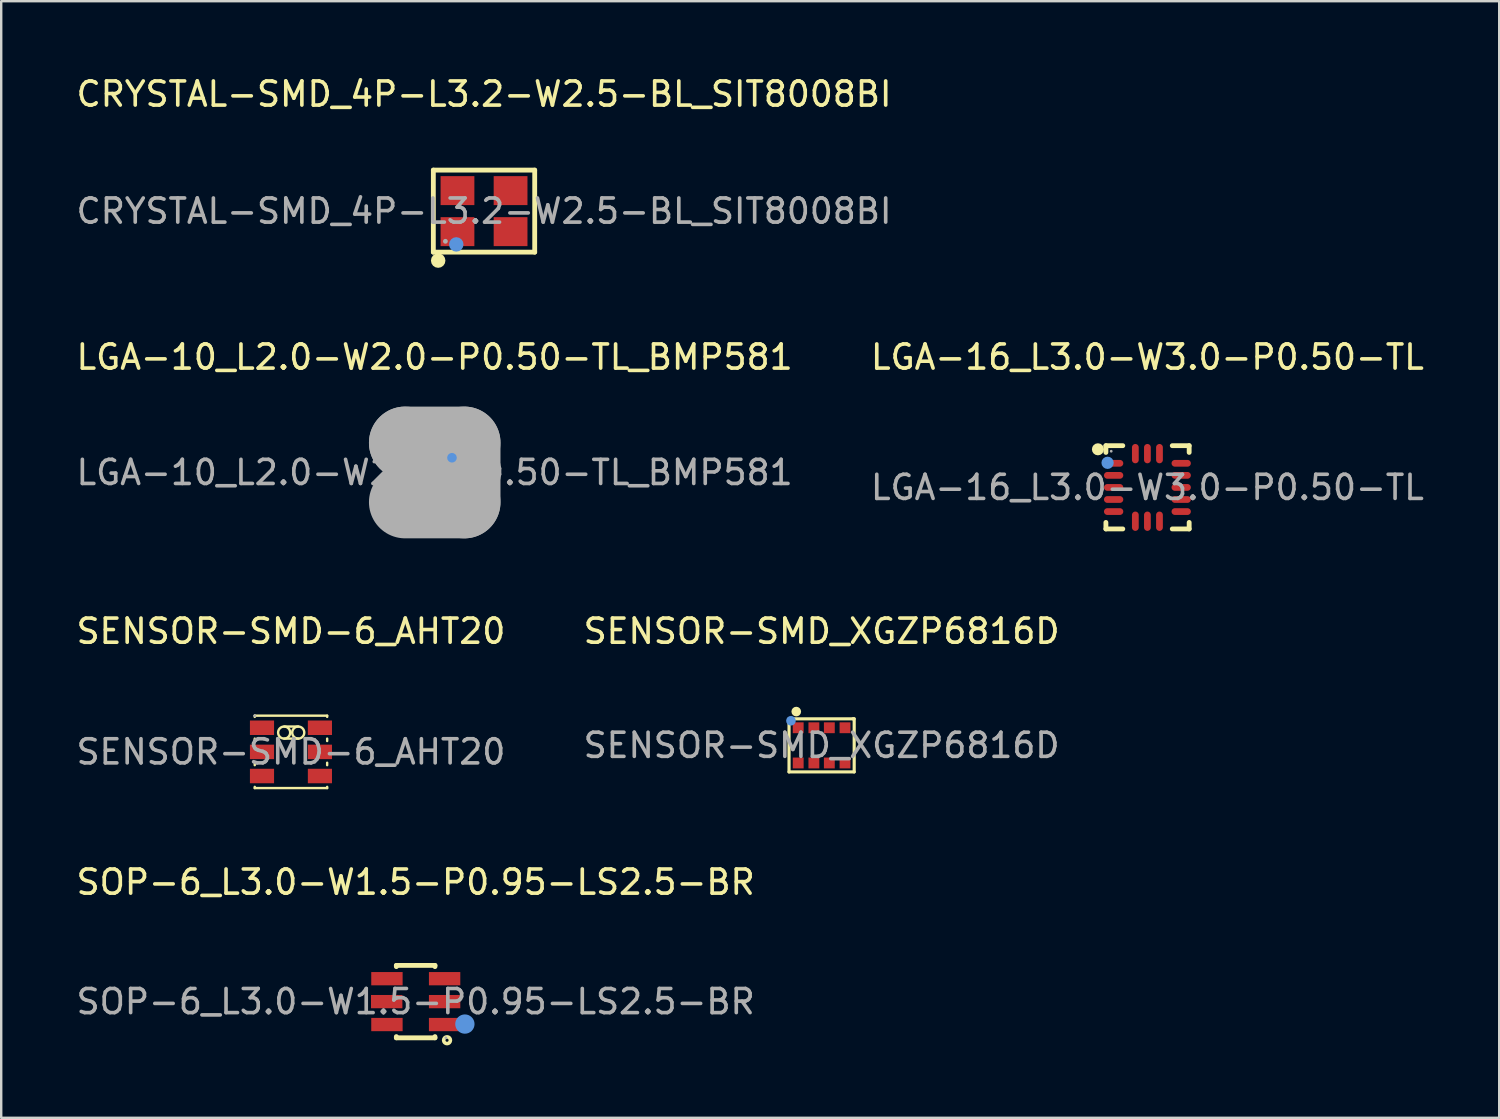
<source format=kicad_pcb>
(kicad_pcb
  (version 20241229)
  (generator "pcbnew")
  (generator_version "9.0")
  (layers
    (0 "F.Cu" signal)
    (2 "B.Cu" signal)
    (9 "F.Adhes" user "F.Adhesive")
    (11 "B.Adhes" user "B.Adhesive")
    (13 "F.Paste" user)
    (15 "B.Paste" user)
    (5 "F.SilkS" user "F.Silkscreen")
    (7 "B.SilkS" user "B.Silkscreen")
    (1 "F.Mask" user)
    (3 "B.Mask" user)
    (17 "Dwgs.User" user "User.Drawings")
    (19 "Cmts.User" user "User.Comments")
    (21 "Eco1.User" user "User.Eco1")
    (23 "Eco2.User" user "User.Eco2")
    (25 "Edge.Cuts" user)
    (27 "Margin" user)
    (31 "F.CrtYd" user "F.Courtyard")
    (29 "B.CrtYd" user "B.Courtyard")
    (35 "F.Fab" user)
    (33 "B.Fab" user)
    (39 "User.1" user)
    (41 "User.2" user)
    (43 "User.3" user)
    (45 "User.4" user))
  (footprint "CRYSTAL-SMD_4P-L3.2-W2.5-BL_SIT8008BI"
    (layer "F.Cu")
    (at 17.006 5.698)
    (property "Reference" "CRYSTAL-SMD_4P-L3.2-W2.5-BL_SIT8008BI" (at 0 -4.85 0) (layer "F.SilkS") (effects (font (size 1 1) (thickness 0.15))))
    (attr smd)
    (fp_line (start -2.1 -1.7) (end -2.1 1.7) (stroke (width 0.2) (type solid)) (layer "F.SilkS"))
    (fp_line (start -2.1 1.7) (end 2.1 1.7) (stroke (width 0.2) (type solid)) (layer "F.SilkS"))
    (fp_line (start 2.1 -1.7) (end -2.1 -1.7) (stroke (width 0.2) (type solid)) (layer "F.SilkS"))
    (fp_line (start 2.1 1.7) (end 2.1 -1.7) (stroke (width 0.2) (type solid)) (layer "F.SilkS"))
    (fp_arc (start -1.9 2.05) (mid -1.9 2.05) (end -1.9 2.05) (stroke (width 0.3) (type solid)) (layer "F.SilkS"))
    (fp_circle (center -1.15 1.38) (end -1 1.38) (stroke (width 0.3) (type solid)) (fill no) (layer "Cmts.User"))
    (fp_circle (center -1.6 1.25) (end -1.55 1.25) (stroke (width 0.1) (type solid)) (fill no) (layer "F.Fab"))
    (fp_text user "${REFERENCE}" (at 0 0 0) (layer "F.Fab") (effects (font (size 1 1) (thickness 0.15))))
    (pad "1" smd rect (at -1.1 0.85) (size 1.4 1.2) (layers "F.Cu" "F.Mask" "F.Paste"))
    (pad "2" smd rect (at 1.1 0.85) (size 1.4 1.2) (layers "F.Cu" "F.Mask" "F.Paste"))
    (pad "3" smd rect (at 1.1 -0.85) (size 1.4 1.2) (layers "F.Cu" "F.Mask" "F.Paste"))
    (pad "4" smd rect (at -1.1 -0.85) (size 1.4 1.2) (layers "F.Cu" "F.Mask" "F.Paste")))
  (footprint "LGA-16_L3.0-W3.0-P0.50-TL"
    (layer "F.Cu")
    (at 44.494 17.147)
    (property "Reference" "LGA-16_L3.0-W3.0-P0.50-TL" (at 0 -5.4 0) (layer "F.SilkS") (effects (font (size 1 1) (thickness 0.15))))
    (attr smd)
    (fp_line (start -1.72 -1.73) (end -1.02 -1.73) (stroke (width 0.2) (type solid)) (layer "F.SilkS"))
    (fp_line (start -1.72 -1.45) (end -1.72 -1.73) (stroke (width 0.2) (type solid)) (layer "F.SilkS"))
    (fp_line (start -1.72 1.45) (end -1.72 1.72) (stroke (width 0.2) (type solid)) (layer "F.SilkS"))
    (fp_line (start -1.72 1.72) (end -1.02 1.72) (stroke (width 0.2) (type solid)) (layer "F.SilkS"))
    (fp_line (start 1.03 -1.73) (end 1.73 -1.73) (stroke (width 0.2) (type solid)) (layer "F.SilkS"))
    (fp_line (start 1.03 1.72) (end 1.73 1.72) (stroke (width 0.2) (type solid)) (layer "F.SilkS"))
    (fp_line (start 1.73 -1.73) (end 1.73 -1.45) (stroke (width 0.2) (type solid)) (layer "F.SilkS"))
    (fp_line (start 1.73 1.72) (end 1.73 1.45) (stroke (width 0.2) (type solid)) (layer "F.SilkS"))
    (fp_arc (start -2.05 -1.58) (mid -2.05 -1.58) (end -2.05 -1.58) (stroke (width 0.25) (type solid)) (layer "F.SilkS"))
    (fp_circle (center -1.65 -1.02) (end -1.52 -1.02) (stroke (width 0.25) (type solid)) (fill no) (layer "Cmts.User"))
    (fp_circle (center -1.5 -1.5) (end -1.47 -1.5) (stroke (width 0.06) (type solid)) (fill no) (layer "F.Fab"))
    (fp_text user "${REFERENCE}" (at 0 0 0) (layer "F.Fab") (effects (font (size 1 1) (thickness 0.15))))
    (pad "1" smd oval (at -1.4 -1) (size 0.8 0.28) (layers "F.Cu" "F.Mask" "F.Paste"))
    (pad "2" smd oval (at -1.4 -0.5) (size 0.8 0.28) (layers "F.Cu" "F.Mask" "F.Paste"))
    (pad "3" smd oval (at -1.4 0) (size 0.8 0.28) (layers "F.Cu" "F.Mask" "F.Paste"))
    (pad "4" smd oval (at -1.4 0.5) (size 0.8 0.28) (layers "F.Cu" "F.Mask" "F.Paste"))
    (pad "5" smd oval (at -1.4 1) (size 0.8 0.28) (layers "F.Cu" "F.Mask" "F.Paste"))
    (pad "6" smd oval (at -0.5 1.4) (size 0.28 0.8) (layers "F.Cu" "F.Mask" "F.Paste"))
    (pad "7" smd oval (at 0 1.4) (size 0.28 0.8) (layers "F.Cu" "F.Mask" "F.Paste"))
    (pad "8" smd oval (at 0.5 1.4) (size 0.28 0.8) (layers "F.Cu" "F.Mask" "F.Paste"))
    (pad "9" smd oval (at 1.4 1) (size 0.8 0.28) (layers "F.Cu" "F.Mask" "F.Paste"))
    (pad "10" smd oval (at 1.4 0.5) (size 0.8 0.28) (layers "F.Cu" "F.Mask" "F.Paste"))
    (pad "11" smd oval (at 1.4 0) (size 0.8 0.28) (layers "F.Cu" "F.Mask" "F.Paste"))
    (pad "12" smd oval (at 1.4 -0.5) (size 0.8 0.28) (layers "F.Cu" "F.Mask" "F.Paste"))
    (pad "13" smd oval (at 1.4 -1) (size 0.8 0.28) (layers "F.Cu" "F.Mask" "F.Paste"))
    (pad "14" smd oval (at 0.5 -1.4) (size 0.28 0.8) (layers "F.Cu" "F.Mask" "F.Paste"))
    (pad "15" smd oval (at 0 -1.4) (size 0.28 0.8) (layers "F.Cu" "F.Mask" "F.Paste"))
    (pad "16" smd oval (at -0.5 -1.4) (size 0.28 0.8) (layers "F.Cu" "F.Mask" "F.Paste")))
  (footprint "SOP-6_L3.0-W1.5-P0.95-LS2.5-BR"
    (layer "F.Cu")
    (at 14.173 38.453)
    (property "Reference" "SOP-6_L3.0-W1.5-P0.95-LS2.5-BR" (at 0 -4.95 0) (layer "F.SilkS") (effects (font (size 1 1) (thickness 0.15))))
    (attr smd)
    (fp_line (start -0.8 -1.5) (end 0.8 -1.5) (stroke (width 0.2) (type solid)) (layer "F.SilkS"))
    (fp_line (start -0.8 -1.45) (end -0.8 -1.5) (stroke (width 0.2) (type solid)) (layer "F.SilkS"))
    (fp_line (start -0.8 1.5) (end -0.8 1.45) (stroke (width 0.2) (type solid)) (layer "F.SilkS"))
    (fp_line (start 0.8 -1.5) (end 0.8 -1.45) (stroke (width 0.2) (type solid)) (layer "F.SilkS"))
    (fp_line (start 0.8 1.45) (end 0.8 1.5) (stroke (width 0.2) (type solid)) (layer "F.SilkS"))
    (fp_line (start 0.8 1.5) (end -0.8 1.5) (stroke (width 0.2) (type solid)) (layer "F.SilkS"))
    (fp_circle (center 1.3 1.6) (end 1.44 1.6) (stroke (width 0.15) (type solid)) (fill no) (layer "F.SilkS"))
    (fp_circle (center 2.04 0.93) (end 2.24 0.93) (stroke (width 0.4) (type solid)) (fill no) (layer "Cmts.User"))
    (fp_circle (center 1.25 1.5) (end 1.28 1.5) (stroke (width 0.06) (type solid)) (fill no) (layer "F.Fab"))
    (fp_text user "${REFERENCE}" (at 0 0 0) (layer "F.Fab") (effects (font (size 1 1) (thickness 0.15))))
    (pad "1" smd rect (at 1.2 0.95 180) (size 1.3 0.55) (layers "F.Cu" "F.Mask" "F.Paste"))
    (pad "2" smd rect (at 1.2 0 180) (size 1.3 0.55) (layers "F.Cu" "F.Mask" "F.Paste"))
    (pad "3" smd rect (at 1.2 -0.95 180) (size 1.3 0.55) (layers "F.Cu" "F.Mask" "F.Paste"))
    (pad "4" smd rect (at -1.19 -0.95 180) (size 1.3 0.55) (layers "F.Cu" "F.Mask" "F.Paste"))
    (pad "5" smd rect (at -1.2 0 180) (size 1.3 0.55) (layers "F.Cu" "F.Mask" "F.Paste"))
    (pad "6" smd rect (at -1.19 0.95 180) (size 1.3 0.55) (layers "F.Cu" "F.Mask" "F.Paste")))
  (footprint "SENSOR-SMD-6_AHT20"
    (layer "F.Cu")
    (at 9.006 28.105)
    (property "Reference" "SENSOR-SMD-6_AHT20" (at 0 -5 0) (layer "F.SilkS") (effects (font (size 1 1) (thickness 0.15))))
    (attr smd)
    (fp_line (start -1.5 -1.5) (end 1.5 -1.5) (stroke (width 0.1) (type solid)) (layer "F.SilkS"))
    (fp_line (start -1.5 -1.45) (end -1.5 -1.5) (stroke (width 0.1) (type solid)) (layer "F.SilkS"))
    (fp_line (start -1.5 -0.45) (end -1.5 -0.55) (stroke (width 0.1) (type solid)) (layer "F.SilkS"))
    (fp_line (start -1.5 0.55) (end -1.5 0.45) (stroke (width 0.1) (type solid)) (layer "F.SilkS"))
    (fp_line (start -1.5 1.5) (end -1.5 1.45) (stroke (width 0.1) (type solid)) (layer "F.SilkS"))
    (fp_line (start -0.28 -1.05) (end 0.3 -1.05) (stroke (width 0.1) (type solid)) (layer "F.SilkS"))
    (fp_line (start -0.28 -0.55) (end 0.3 -0.55) (stroke (width 0.1) (type solid)) (layer "F.SilkS"))
    (fp_line (start 1.5 -1.5) (end 1.5 -1.45) (stroke (width 0.1) (type solid)) (layer "F.SilkS"))
    (fp_line (start 1.5 -0.55) (end 1.5 -0.45) (stroke (width 0.1) (type solid)) (layer "F.SilkS"))
    (fp_line (start 1.5 0.45) (end 1.5 0.55) (stroke (width 0.1) (type solid)) (layer "F.SilkS"))
    (fp_line (start 1.5 1.45) (end 1.5 1.5) (stroke (width 0.1) (type solid)) (layer "F.SilkS"))
    (fp_line (start 1.5 1.5) (end -1.5 1.5) (stroke (width 0.1) (type solid)) (layer "F.SilkS"))
    (fp_arc (start -0.284363 -0.550038) (mid -0.277818 -1.049991) (end -0.28 -0.55) (stroke (width 0.1) (type solid)) (layer "F.SilkS"))
    (fp_arc (start 0.304363 -1.049962) (mid 0.297818 -0.550009) (end 0.3 -1.05) (stroke (width 0.1) (type solid)) (layer "F.SilkS"))
    (fp_circle (center -1.5 -1.5) (end -1.47 -1.5) (stroke (width 0.06) (type solid)) (fill no) (layer "F.Fab"))
    (fp_text user "${REFERENCE}" (at 0 0 0) (layer "F.Fab") (effects (font (size 1 1) (thickness 0.15))))
    (pad "1" smd rect (at -1.2 -1) (size 1 0.6) (layers "F.Cu" "F.Mask" "F.Paste"))
    (pad "2" smd rect (at -1.2 0) (size 1 0.6) (layers "F.Cu" "F.Mask" "F.Paste"))
    (pad "3" smd rect (at -1.2 1) (size 1 0.6) (layers "F.Cu" "F.Mask" "F.Paste"))
    (pad "4" smd rect (at 1.2 1) (size 1 0.6) (layers "F.Cu" "F.Mask" "F.Paste"))
    (pad "5" smd rect (at 1.2 0) (size 1 0.6) (layers "F.Cu" "F.Mask" "F.Paste"))
    (pad "6" smd rect (at 1.2 -1) (size 1 0.6) (layers "F.Cu" "F.Mask" "F.Paste")))
  (footprint "SENSOR-SMD_XGZP6816D"
    (layer "F.Cu")
    (at 30.994 27.835)
    (property "Reference" "SENSOR-SMD_XGZP6816D" (at 0 -4.73 0) (layer "F.SilkS") (effects (font (size 1 1) (thickness 0.15))))
    (attr smd)
    (fp_line (start -1.35 -1.1) (end -1.35 1.1) (stroke (width 0.13) (type solid)) (layer "F.SilkS"))
    (fp_line (start -1.35 1.1) (end 1.35 1.1) (stroke (width 0.13) (type solid)) (layer "F.SilkS"))
    (fp_line (start 1.3 -1.1) (end -1.35 -1.1) (stroke (width 0.13) (type solid)) (layer "F.SilkS"))
    (fp_line (start 1.35 -1.1) (end 1.3 -1.1) (stroke (width 0.13) (type solid)) (layer "F.SilkS"))
    (fp_line (start 1.35 1.1) (end 1.35 -1.1) (stroke (width 0.13) (type solid)) (layer "F.SilkS"))
    (fp_circle (center -1.05 -1.4) (end -0.95 -1.4) (stroke (width 0.2) (type solid)) (fill no) (layer "F.SilkS"))
    (fp_circle (center -1.27 -1.02) (end -1.17 -1.02) (stroke (width 0.2) (type solid)) (fill no) (layer "Cmts.User"))
    (fp_circle (center -1.25 -1) (end -1.22 -1) (stroke (width 0.06) (type solid)) (fill no) (layer "F.Fab"))
    (fp_text user "${REFERENCE}" (at 0 0 0) (layer "F.Fab") (effects (font (size 1 1) (thickness 0.15))))
    (pad "1" smd rect (at -0.97 -0.73 90) (size 0.45 0.45) (layers "F.Cu" "F.Mask" "F.Paste"))
    (pad "2" smd rect (at -0.32 -0.73 90) (size 0.45 0.45) (layers "F.Cu" "F.Mask" "F.Paste"))
    (pad "3" smd rect (at 0.32 -0.73 90) (size 0.45 0.45) (layers "F.Cu" "F.Mask" "F.Paste"))
    (pad "4" smd rect (at 0.97 -0.73 90) (size 0.45 0.45) (layers "F.Cu" "F.Mask" "F.Paste"))
    (pad "5" smd rect (at 0.97 0.73 90) (size 0.45 0.45) (layers "F.Cu" "F.Mask" "F.Paste"))
    (pad "6" smd rect (at 0.32 0.73 90) (size 0.45 0.45) (layers "F.Cu" "F.Mask" "F.Paste"))
    (pad "7" smd rect (at -0.32 0.73 90) (size 0.45 0.45) (layers "F.Cu" "F.Mask" "F.Paste"))
    (pad "8" smd rect (at -0.97 0.73 90) (size 0.45 0.45) (layers "F.Cu" "F.Mask" "F.Paste")))
  (footprint "LGA-10_L2.0-W2.0-P0.50-TL_BMP581"
    (layer "F.Cu")
    (at 14.958 16.527)
    (property "Reference" "LGA-10_L2.0-W2.0-P0.50-TL_BMP581" (at 0 -4.78 0) (layer "F.SilkS") (effects (font (size 1 1) (thickness 0.15))))
    (attr smd)
    (fp_line (start -1.5 -0.5) (end -1.6 -0.4) (stroke (width 0.15) (type solid)) (layer "F.SilkS"))
    (fp_line (start -1.5 -0.1) (end -1.5 -0.5) (stroke (width 0.15) (type solid)) (layer "F.SilkS"))
    (fp_circle (center 0.72 -0.61) (end 0.82 -0.61) (stroke (width 0.2) (type solid)) (fill no) (layer "Cmts.User"))
    (fp_line (start -1.22 -1.23) (end -1.22 -1.23) (stroke (width 3) (type solid)) (layer "F.Fab"))
    (fp_line (start -1.22 -1.23) (end 1.23 -1.23) (stroke (width 3) (type solid)) (layer "F.Fab"))
    (fp_line (start 1.23 -1.23) (end 1.23 1.23) (stroke (width 3) (type solid)) (layer "F.Fab"))
    (fp_line (start 1.23 1.23) (end -1.22 1.23) (stroke (width 3) (type solid)) (layer "F.Fab"))
    (fp_circle (center -1 -1) (end -0.97 -1) (stroke (width 0.06) (type solid)) (fill no) (layer "F.Fab"))
    (fp_text user "${REFERENCE}" (at 0 0 0) (layer "F.Fab") (effects (font (size 1 1) (thickness 0.15))))
    (pad "1" smd rect (at -0.78 -0.25 90) (size 0.3 0.3) (layers "F.Cu" "F.Mask" "F.Paste"))
    (pad "2" smd rect (at -0.78 0.25 90) (size 0.3 0.3) (layers "F.Cu" "F.Mask" "F.Paste"))
    (pad "3" smd rect (at -0.5 0.78 90) (size 0.3 0.3) (layers "F.Cu" "F.Mask" "F.Paste"))
    (pad "4" smd rect (at 0 0.78 90) (size 0.3 0.3) (layers "F.Cu" "F.Mask" "F.Paste"))
    (pad "5" smd rect (at 0.5 0.78 90) (size 0.3 0.3) (layers "F.Cu" "F.Mask" "F.Paste"))
    (pad "6" smd rect (at 0.78 0.25 90) (size 0.3 0.3) (layers "F.Cu" "F.Mask" "F.Paste"))
    (pad "7" smd rect (at 0.78 -0.25 90) (size 0.3 0.3) (layers "F.Cu" "F.Mask" "F.Paste"))
    (pad "8" smd rect (at 0.5 -0.78 90) (size 0.3 0.3) (layers "F.Cu" "F.Mask" "F.Paste"))
    (pad "9" smd rect (at 0 -0.78 90) (size 0.3 0.3) (layers "F.Cu" "F.Mask" "F.Paste"))
    (pad "10" smd rect (at -0.5 -0.78 90) (size 0.3 0.3) (layers "F.Cu" "F.Mask" "F.Paste")))
  (gr_rect
    (start -3 -3)
    (end 59.071 43.268)
    (stroke (width 0.1) (type default))
    (fill no)
    (layer "Edge.Cuts")))
</source>
